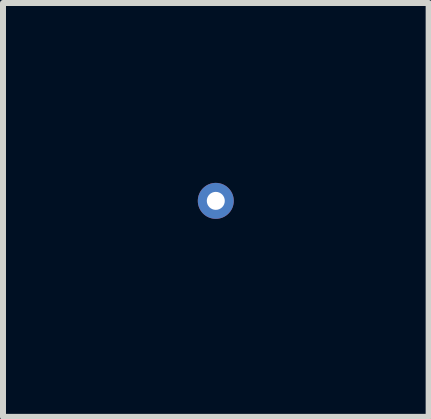
<source format=kicad_pcb>
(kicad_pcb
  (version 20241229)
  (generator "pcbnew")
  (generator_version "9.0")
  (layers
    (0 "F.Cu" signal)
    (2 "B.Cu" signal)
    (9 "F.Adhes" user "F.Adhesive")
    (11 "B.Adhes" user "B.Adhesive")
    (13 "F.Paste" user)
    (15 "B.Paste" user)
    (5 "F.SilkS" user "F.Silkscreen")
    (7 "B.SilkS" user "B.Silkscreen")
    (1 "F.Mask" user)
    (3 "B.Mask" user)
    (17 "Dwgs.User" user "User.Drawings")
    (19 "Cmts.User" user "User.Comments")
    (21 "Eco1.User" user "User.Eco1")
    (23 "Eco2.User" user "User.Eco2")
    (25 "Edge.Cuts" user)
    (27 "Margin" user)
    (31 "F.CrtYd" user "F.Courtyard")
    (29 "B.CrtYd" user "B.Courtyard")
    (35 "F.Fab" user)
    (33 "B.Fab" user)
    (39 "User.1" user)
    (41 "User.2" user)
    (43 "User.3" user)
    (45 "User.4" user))
  (footprint "VIA-0.6mm"
    (layer "F.Cu")
    (at 0.549 0.3)
    (property "Reference" "VIA-0.6mm" (at 0 0.5 0) (layer "Eco2.User") (effects (font (size 0.127 0.127) (thickness 0.000001))))
    (attr through_hole)
    (pad "1" thru_hole circle (at 0 0) (size 0.6 0.6) (drill 0.3) (layers "*.Cu")))
  (gr_rect
    (start -3 -3)
    (end 4.099 3.902)
    (stroke (width 0.1) (type default))
    (fill no)
    (layer "Edge.Cuts")))
</source>
